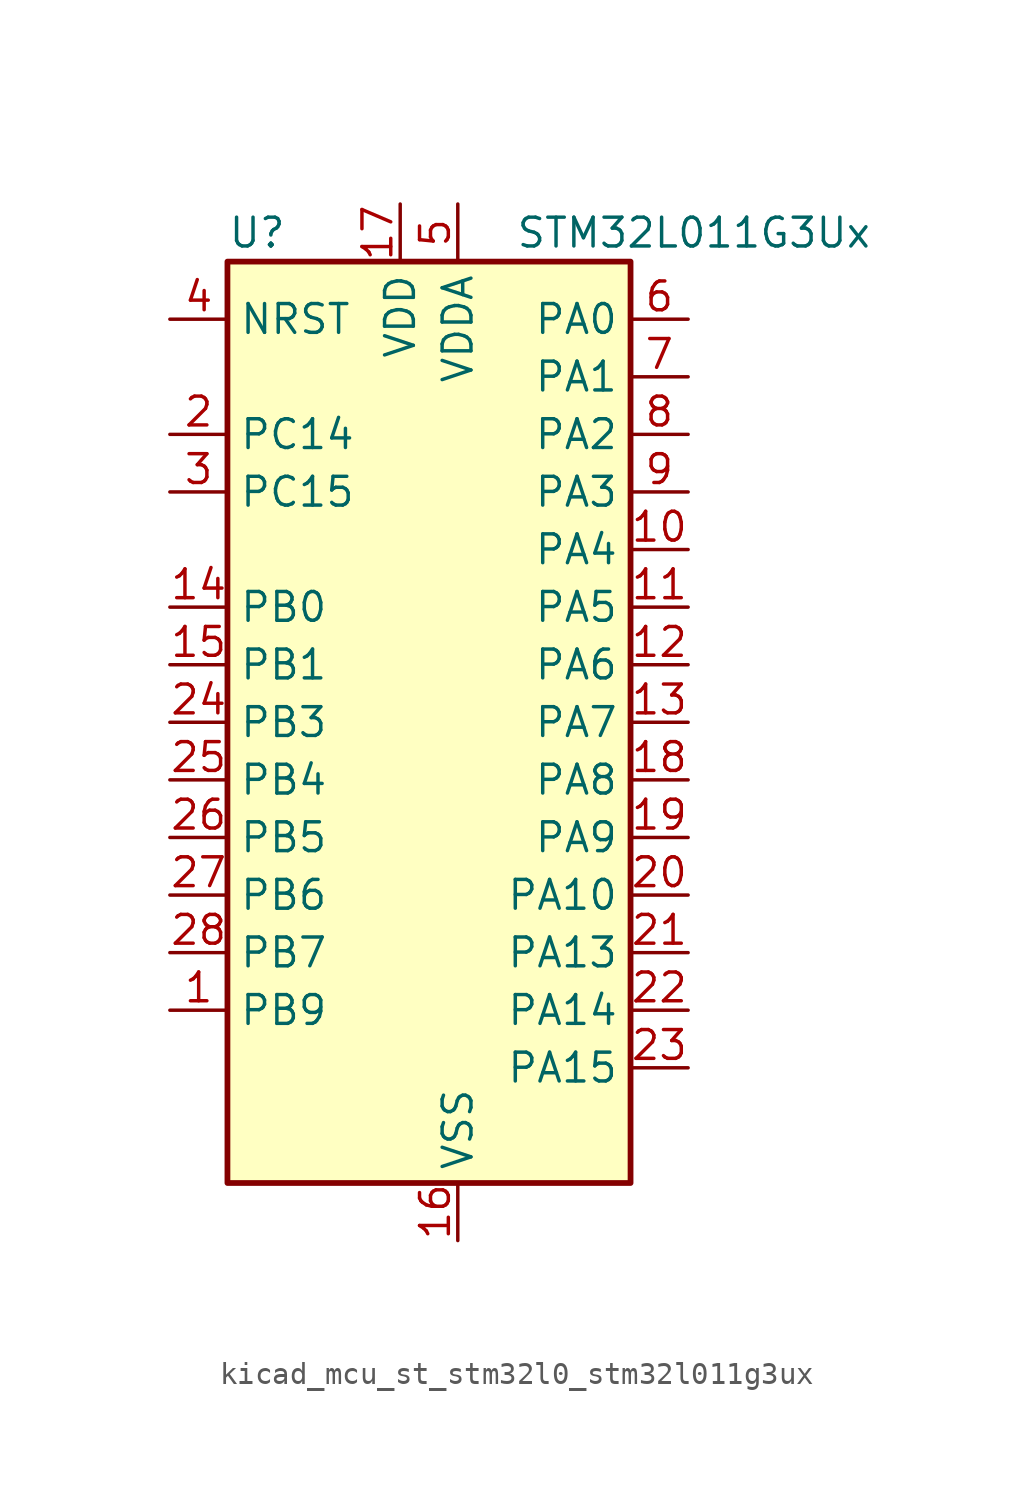
<source format=kicad_sym>
(kicad_symbol_lib
  (version 20220914)
  (generator kicad_symbol_editor)
  (symbol "kicad_mcu_st_stm32l0_stm32l011g3ux"
    (property "Reference" "U"
      (at -7.62 21.59 0)
      (effects (font (size 1.27 1.27)) (justify left)))
    (property "Value" "STM32L011G3Ux"
      (at 5.08 21.59 0)
      (effects (font (size 1.27 1.27)) (justify left)))
    (property "ki_locked" ""
      (at 0 0 0)
      (effects (font (size 1.27 1.27))))
    (symbol "kicad_mcu_st_stm32l0_stm32l011g3ux_0_1"
      (rectangle (start -7.62 -20.32) (end 10.16 20.32) (stroke (width 0.254) (type default)) (fill (type background))))
    (symbol "kicad_mcu_st_stm32l0_stm32l011g3ux_1_1"
      (pin bidirectional line (at -10.16 -12.7 0) (length 2.54) (name "PB9" (effects (font (size 1.27 1.27)))) (number "1" (effects (font (size 1.27 1.27)))))
      (pin bidirectional line (at 12.7 7.62 180) (length 2.54) (name "PA4" (effects (font (size 1.27 1.27)))) (number "10" (effects (font (size 1.27 1.27)))) (alternate "ADC_IN4" bidirectional line) (alternate "COMP1_INM" bidirectional line) (alternate "COMP2_INM" bidirectional line) (alternate "COMP2_OUT" bidirectional line) (alternate "I2C1_SCL" bidirectional line) (alternate "LPTIM1_ETR" bidirectional line) (alternate "LPTIM1_IN1" bidirectional line) (alternate "LPUART1_TX" bidirectional line) (alternate "SPI1_NSS" bidirectional line) (alternate "TIM2_ETR" bidirectional line) (alternate "USART2_CK" bidirectional line))
      (pin bidirectional line (at 12.7 5.08 180) (length 2.54) (name "PA5" (effects (font (size 1.27 1.27)))) (number "11" (effects (font (size 1.27 1.27)))) (alternate "ADC_IN5" bidirectional line) (alternate "COMP1_INM" bidirectional line) (alternate "COMP2_INM" bidirectional line) (alternate "LPTIM1_IN2" bidirectional line) (alternate "SPI1_SCK" bidirectional line) (alternate "TIM2_CH1" bidirectional line) (alternate "TIM2_ETR" bidirectional line))
      (pin bidirectional line (at 12.7 2.54 180) (length 2.54) (name "PA6" (effects (font (size 1.27 1.27)))) (number "12" (effects (font (size 1.27 1.27)))) (alternate "ADC_IN6" bidirectional line) (alternate "COMP1_OUT" bidirectional line) (alternate "LPTIM1_ETR" bidirectional line) (alternate "LPUART1_CTS" bidirectional line) (alternate "SPI1_MISO" bidirectional line))
      (pin bidirectional line (at 12.7 0 180) (length 2.54) (name "PA7" (effects (font (size 1.27 1.27)))) (number "13" (effects (font (size 1.27 1.27)))) (alternate "ADC_IN7" bidirectional line) (alternate "COMP2_INP" bidirectional line) (alternate "COMP2_OUT" bidirectional line) (alternate "LPTIM1_OUT" bidirectional line) (alternate "SPI1_MOSI" bidirectional line) (alternate "TIM21_ETR" bidirectional line) (alternate "USART2_CTS" bidirectional line))
      (pin bidirectional line (at -10.16 5.08 0) (length 2.54) (name "PB0" (effects (font (size 1.27 1.27)))) (number "14" (effects (font (size 1.27 1.27)))) (alternate "ADC_IN8" bidirectional line) (alternate "SPI1_MISO" bidirectional line) (alternate "SYS_VREF_OUT_PB0" bidirectional line) (alternate "TIM2_CH2" bidirectional line) (alternate "TIM2_CH3" bidirectional line) (alternate "USART2_DE" bidirectional line) (alternate "USART2_RTS" bidirectional line))
      (pin bidirectional line (at -10.16 2.54 0) (length 2.54) (name "PB1" (effects (font (size 1.27 1.27)))) (number "15" (effects (font (size 1.27 1.27)))) (alternate "ADC_IN9" bidirectional line) (alternate "LPTIM1_IN1" bidirectional line) (alternate "LPUART1_DE" bidirectional line) (alternate "LPUART1_RTS" bidirectional line) (alternate "SPI1_MOSI" bidirectional line) (alternate "SYS_VREF_OUT_PB1" bidirectional line) (alternate "TIM2_CH4" bidirectional line) (alternate "USART2_CK" bidirectional line))
      (pin power_in line (at 2.54 -22.86 90) (length 2.54) (name "VSS" (effects (font (size 1.27 1.27)))) (number "16" (effects (font (size 1.27 1.27)))))
      (pin power_in line (at 0 22.86 270) (length 2.54) (name "VDD" (effects (font (size 1.27 1.27)))) (number "17" (effects (font (size 1.27 1.27)))))
      (pin bidirectional line (at 12.7 -2.54 180) (length 2.54) (name "PA8" (effects (font (size 1.27 1.27)))) (number "18" (effects (font (size 1.27 1.27)))) (alternate "LPTIM1_IN1" bidirectional line) (alternate "RCC_MCO" bidirectional line) (alternate "TIM2_CH1" bidirectional line) (alternate "USART2_CK" bidirectional line))
      (pin bidirectional line (at 12.7 -5.08 180) (length 2.54) (name "PA9" (effects (font (size 1.27 1.27)))) (number "19" (effects (font (size 1.27 1.27)))) (alternate "COMP1_OUT" bidirectional line) (alternate "I2C1_SCL" bidirectional line) (alternate "LPTIM1_OUT" bidirectional line) (alternate "RCC_MCO" bidirectional line) (alternate "TIM21_CH2" bidirectional line) (alternate "USART2_TX" bidirectional line))
      (pin bidirectional line (at -10.16 12.7 0) (length 2.54) (name "PC14" (effects (font (size 1.27 1.27)))) (number "2" (effects (font (size 1.27 1.27)))) (alternate "RCC_OSC32_IN" bidirectional line))
      (pin bidirectional line (at 12.7 -7.62 180) (length 2.54) (name "PA10" (effects (font (size 1.27 1.27)))) (number "20" (effects (font (size 1.27 1.27)))) (alternate "COMP1_OUT" bidirectional line) (alternate "I2C1_SDA" bidirectional line) (alternate "RTC_REFIN" bidirectional line) (alternate "TIM21_CH1" bidirectional line) (alternate "TIM2_CH3" bidirectional line) (alternate "USART2_RX" bidirectional line))
      (pin bidirectional line (at 12.7 -10.16 180) (length 2.54) (name "PA13" (effects (font (size 1.27 1.27)))) (number "21" (effects (font (size 1.27 1.27)))) (alternate "COMP1_OUT" bidirectional line) (alternate "I2C1_SDA" bidirectional line) (alternate "LPTIM1_ETR" bidirectional line) (alternate "LPUART1_RX" bidirectional line) (alternate "SPI1_SCK" bidirectional line) (alternate "SYS_SWDIO" bidirectional line))
      (pin bidirectional line (at 12.7 -12.7 180) (length 2.54) (name "PA14" (effects (font (size 1.27 1.27)))) (number "22" (effects (font (size 1.27 1.27)))) (alternate "COMP2_OUT" bidirectional line) (alternate "I2C1_SMBA" bidirectional line) (alternate "LPTIM1_OUT" bidirectional line) (alternate "LPUART1_TX" bidirectional line) (alternate "SPI1_MISO" bidirectional line) (alternate "SYS_SWCLK" bidirectional line) (alternate "USART2_TX" bidirectional line))
      (pin bidirectional line (at 12.7 -15.24 180) (length 2.54) (name "PA15" (effects (font (size 1.27 1.27)))) (number "23" (effects (font (size 1.27 1.27)))) (alternate "SPI1_NSS" bidirectional line) (alternate "TIM2_CH1" bidirectional line) (alternate "TIM2_ETR" bidirectional line) (alternate "USART2_RX" bidirectional line))
      (pin bidirectional line (at -10.16 0 0) (length 2.54) (name "PB3" (effects (font (size 1.27 1.27)))) (number "24" (effects (font (size 1.27 1.27)))) (alternate "COMP2_INM" bidirectional line) (alternate "SPI1_SCK" bidirectional line) (alternate "TIM2_CH2" bidirectional line))
      (pin bidirectional line (at -10.16 -2.54 0) (length 2.54) (name "PB4" (effects (font (size 1.27 1.27)))) (number "25" (effects (font (size 1.27 1.27)))) (alternate "COMP2_INP" bidirectional line) (alternate "SPI1_MISO" bidirectional line))
      (pin bidirectional line (at -10.16 -5.08 0) (length 2.54) (name "PB5" (effects (font (size 1.27 1.27)))) (number "26" (effects (font (size 1.27 1.27)))) (alternate "COMP2_INP" bidirectional line) (alternate "I2C1_SMBA" bidirectional line) (alternate "LPTIM1_IN1" bidirectional line) (alternate "SPI1_MOSI" bidirectional line) (alternate "TIM21_CH1" bidirectional line))
      (pin bidirectional line (at -10.16 -7.62 0) (length 2.54) (name "PB6" (effects (font (size 1.27 1.27)))) (number "27" (effects (font (size 1.27 1.27)))) (alternate "COMP2_INP" bidirectional line) (alternate "I2C1_SCL" bidirectional line) (alternate "LPTIM1_ETR" bidirectional line) (alternate "LPUART1_TX" bidirectional line) (alternate "TIM2_CH3" bidirectional line) (alternate "USART2_TX" bidirectional line))
      (pin bidirectional line (at -10.16 -10.16 0) (length 2.54) (name "PB7" (effects (font (size 1.27 1.27)))) (number "28" (effects (font (size 1.27 1.27)))) (alternate "COMP2_INP" bidirectional line) (alternate "I2C1_SDA" bidirectional line) (alternate "LPTIM1_IN2" bidirectional line) (alternate "LPUART1_RX" bidirectional line) (alternate "SYS_PVD_IN" bidirectional line) (alternate "TIM2_CH4" bidirectional line) (alternate "USART2_RX" bidirectional line))
      (pin bidirectional line (at -10.16 10.16 0) (length 2.54) (name "PC15" (effects (font (size 1.27 1.27)))) (number "3" (effects (font (size 1.27 1.27)))) (alternate "RCC_OSC32_OUT" bidirectional line))
      (pin input line (at -10.16 17.78 0) (length 2.54) (name "NRST" (effects (font (size 1.27 1.27)))) (number "4" (effects (font (size 1.27 1.27)))))
      (pin power_in line (at 2.54 22.86 270) (length 2.54) (name "VDDA" (effects (font (size 1.27 1.27)))) (number "5" (effects (font (size 1.27 1.27)))))
      (pin bidirectional line (at 12.7 17.78 180) (length 2.54) (name "PA0" (effects (font (size 1.27 1.27)))) (number "6" (effects (font (size 1.27 1.27)))) (alternate "ADC_IN0" bidirectional line) (alternate "COMP1_INM" bidirectional line) (alternate "COMP1_OUT" bidirectional line) (alternate "LPTIM1_IN1" bidirectional line) (alternate "LPUART1_RX" bidirectional line) (alternate "RCC_CK_IN" bidirectional line) (alternate "RTC_TAMP2" bidirectional line) (alternate "SYS_WKUP1" bidirectional line) (alternate "TIM2_CH1" bidirectional line) (alternate "TIM2_ETR" bidirectional line) (alternate "USART2_CTS" bidirectional line) (alternate "USART2_RX" bidirectional line))
      (pin bidirectional line (at 12.7 15.24 180) (length 2.54) (name "PA1" (effects (font (size 1.27 1.27)))) (number "7" (effects (font (size 1.27 1.27)))) (alternate "ADC_IN1" bidirectional line) (alternate "COMP1_INP" bidirectional line) (alternate "I2C1_SMBA" bidirectional line) (alternate "LPTIM1_IN2" bidirectional line) (alternate "LPUART1_TX" bidirectional line) (alternate "TIM21_ETR" bidirectional line) (alternate "TIM2_CH2" bidirectional line) (alternate "USART2_DE" bidirectional line) (alternate "USART2_RTS" bidirectional line))
      (pin bidirectional line (at 12.7 12.7 180) (length 2.54) (name "PA2" (effects (font (size 1.27 1.27)))) (number "8" (effects (font (size 1.27 1.27)))) (alternate "ADC_IN2" bidirectional line) (alternate "COMP2_INM" bidirectional line) (alternate "COMP2_OUT" bidirectional line) (alternate "LPUART1_TX" bidirectional line) (alternate "RTC_OUT_ALARM" bidirectional line) (alternate "RTC_OUT_CALIB" bidirectional line) (alternate "RTC_TAMP3" bidirectional line) (alternate "RTC_TS" bidirectional line) (alternate "SYS_WKUP3" bidirectional line) (alternate "TIM21_CH1" bidirectional line) (alternate "TIM2_CH3" bidirectional line) (alternate "USART2_TX" bidirectional line))
      (pin bidirectional line (at 12.7 10.16 180) (length 2.54) (name "PA3" (effects (font (size 1.27 1.27)))) (number "9" (effects (font (size 1.27 1.27)))) (alternate "ADC_IN3" bidirectional line) (alternate "COMP2_INP" bidirectional line) (alternate "LPUART1_RX" bidirectional line) (alternate "TIM21_CH2" bidirectional line) (alternate "TIM2_CH4" bidirectional line) (alternate "USART2_RX" bidirectional line)))))
</source>
